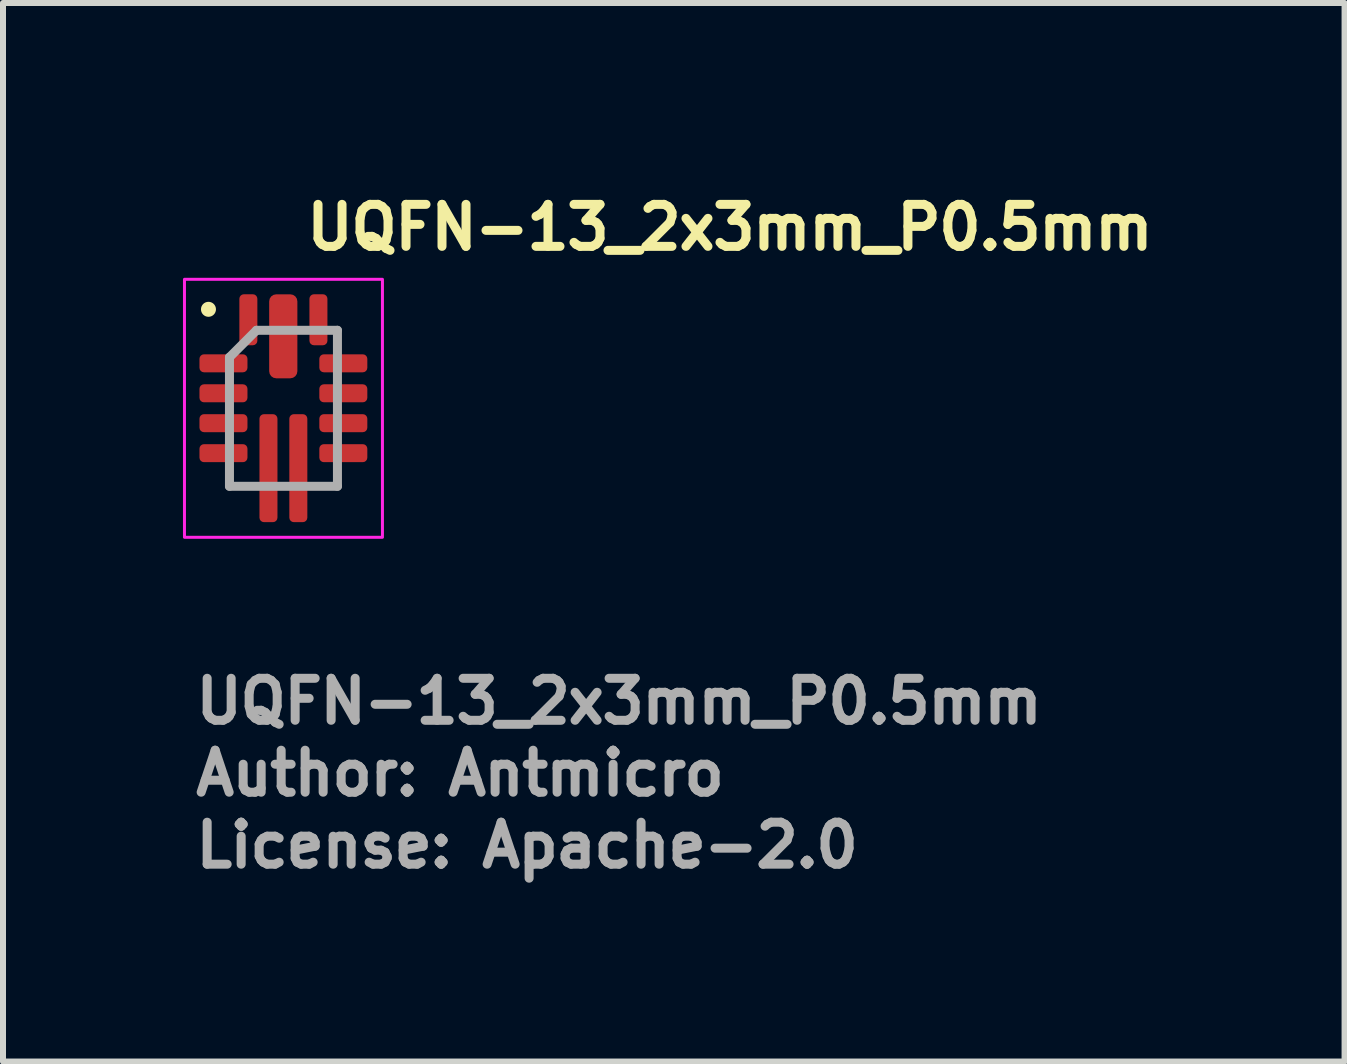
<source format=kicad_pcb>
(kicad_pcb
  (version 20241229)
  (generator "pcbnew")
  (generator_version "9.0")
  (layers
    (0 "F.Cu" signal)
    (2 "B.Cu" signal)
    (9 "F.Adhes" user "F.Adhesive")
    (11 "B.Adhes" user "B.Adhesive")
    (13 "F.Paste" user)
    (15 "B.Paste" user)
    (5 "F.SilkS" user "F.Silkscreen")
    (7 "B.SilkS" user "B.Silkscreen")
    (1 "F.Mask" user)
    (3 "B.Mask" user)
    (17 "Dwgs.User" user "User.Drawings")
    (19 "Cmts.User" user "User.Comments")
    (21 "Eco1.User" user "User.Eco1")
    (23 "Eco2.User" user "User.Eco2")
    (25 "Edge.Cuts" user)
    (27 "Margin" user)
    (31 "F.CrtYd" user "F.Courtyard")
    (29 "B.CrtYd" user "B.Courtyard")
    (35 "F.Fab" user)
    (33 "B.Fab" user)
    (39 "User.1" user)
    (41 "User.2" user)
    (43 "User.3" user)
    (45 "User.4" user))
  (footprint "UQFN-13_2x3mm_P0.5mm"
    (layer "F.Cu")
    (at 1.675 3.756)
    (property "Reference" "UQFN-13_2x3mm_P0.5mm" (at 0.311 -2.606 0) (layer "F.SilkS") (effects (font (size 0.7 0.7) (thickness 0.15)) (justify left bottom)))
    (attr smd)
    (fp_circle (center -1.25 -1.65) (end -1.2 -1.65) (stroke (width 0.15) (type solid)) (fill yes) (layer "F.SilkS"))
    (fp_rect (start -1.65 -2.15) (end 1.65 2.15) (stroke (width 0.05) (type solid)) (fill no) (layer "F.CrtYd"))
    (fp_line (start -0.9 -0.85) (end -0.45 -1.3) (stroke (width 0.15) (type solid)) (layer "F.Fab"))
    (fp_line (start -0.9 1.3) (end -0.9 -0.85) (stroke (width 0.15) (type solid)) (layer "F.Fab"))
    (fp_line (start -0.45 -1.3) (end 0.9 -1.3) (stroke (width 0.15) (type solid)) (layer "F.Fab"))
    (fp_line (start 0.9 -1.3) (end 0.9 1.3) (stroke (width 0.15) (type solid)) (layer "F.Fab"))
    (fp_line (start 0.9 1.3) (end -0.9 1.3) (stroke (width 0.15) (type solid)) (layer "F.Fab"))
    (fp_rect (start -0.902 -1.301) (end 0.9 1.3) (stroke (width 0.1) (type solid)) (fill no) (layer "User.5"))
    (fp_line (start -0.902 -1.301) (end -0.902 1.3) (stroke (width 0.02) (type solid)) (layer "User.9"))
    (fp_line (start -0.902 1.3) (end 0.9 1.3) (stroke (width 0.02) (type solid)) (layer "User.9"))
    (fp_line (start -0.776 -1.063) (end -0.776 -1.057) (stroke (width 0.02) (type solid)) (layer "User.9"))
    (fp_line (start -0.776 -1.063) (end -0.776 -1.057) (stroke (width 0.02) (type solid)) (layer "User.9"))
    (fp_line (start -0.776 -1.057) (end -0.776 -1.051) (stroke (width 0.02) (type solid)) (layer "User.9"))
    (fp_line (start -0.776 -1.057) (end -0.776 -1.051) (stroke (width 0.02) (type solid)) (layer "User.9"))
    (fp_line (start -0.776 -1.051) (end -0.776 -1.051) (stroke (width 0.02) (type solid)) (layer "User.9"))
    (fp_line (start -0.776 -1.051) (end -0.776 -1.051) (stroke (width 0.02) (type solid)) (layer "User.9"))
    (fp_line (start -0.776 -1.051) (end -0.776 -1.045) (stroke (width 0.02) (type solid)) (layer "User.9"))
    (fp_line (start -0.776 -1.051) (end -0.776 -1.045) (stroke (width 0.02) (type solid)) (layer "User.9"))
    (fp_line (start -0.776 -1.045) (end -0.776 -1.039) (stroke (width 0.02) (type solid)) (layer "User.9"))
    (fp_line (start -0.776 -1.045) (end -0.776 -1.039) (stroke (width 0.02) (type solid)) (layer "User.9"))
    (fp_line (start -0.776 -1.039) (end -0.775 -1.031) (stroke (width 0.02) (type solid)) (layer "User.9"))
    (fp_line (start -0.776 -1.039) (end -0.775 -1.031) (stroke (width 0.02) (type solid)) (layer "User.9"))
    (fp_line (start -0.775 -1.071) (end -0.776 -1.063) (stroke (width 0.02) (type solid)) (layer "User.9"))
    (fp_line (start -0.775 -1.071) (end -0.776 -1.063) (stroke (width 0.02) (type solid)) (layer "User.9"))
    (fp_line (start -0.775 -1.031) (end -0.774 -1.025) (stroke (width 0.02) (type solid)) (layer "User.9"))
    (fp_line (start -0.775 -1.031) (end -0.774 -1.025) (stroke (width 0.02) (type solid)) (layer "User.9"))
    (fp_line (start -0.774 -1.077) (end -0.775 -1.071) (stroke (width 0.02) (type solid)) (layer "User.9"))
    (fp_line (start -0.774 -1.077) (end -0.775 -1.071) (stroke (width 0.02) (type solid)) (layer "User.9"))
    (fp_line (start -0.774 -1.025) (end -0.772 -1.02) (stroke (width 0.02) (type solid)) (layer "User.9"))
    (fp_line (start -0.774 -1.025) (end -0.772 -1.02) (stroke (width 0.02) (type solid)) (layer "User.9"))
    (fp_line (start -0.772 -1.083) (end -0.774 -1.077) (stroke (width 0.02) (type solid)) (layer "User.9"))
    (fp_line (start -0.772 -1.083) (end -0.774 -1.077) (stroke (width 0.02) (type solid)) (layer "User.9"))
    (fp_line (start -0.772 -1.02) (end -0.771 -1.014) (stroke (width 0.02) (type solid)) (layer "User.9"))
    (fp_line (start -0.772 -1.02) (end -0.771 -1.014) (stroke (width 0.02) (type solid)) (layer "User.9"))
    (fp_line (start -0.771 -1.089) (end -0.772 -1.083) (stroke (width 0.02) (type solid)) (layer "User.9"))
    (fp_line (start -0.771 -1.089) (end -0.772 -1.083) (stroke (width 0.02) (type solid)) (layer "User.9"))
    (fp_line (start -0.771 -1.014) (end -0.768 -1.008) (stroke (width 0.02) (type solid)) (layer "User.9"))
    (fp_line (start -0.771 -1.014) (end -0.768 -1.008) (stroke (width 0.02) (type solid)) (layer "User.9"))
    (fp_line (start -0.768 -1.093) (end -0.771 -1.089) (stroke (width 0.02) (type solid)) (layer "User.9"))
    (fp_line (start -0.768 -1.093) (end -0.771 -1.089) (stroke (width 0.02) (type solid)) (layer "User.9"))
    (fp_line (start -0.768 -1.008) (end -0.766 -1.002) (stroke (width 0.02) (type solid)) (layer "User.9"))
    (fp_line (start -0.768 -1.008) (end -0.766 -1.002) (stroke (width 0.02) (type solid)) (layer "User.9"))
    (fp_line (start -0.766 -1.099) (end -0.768 -1.093) (stroke (width 0.02) (type solid)) (layer "User.9"))
    (fp_line (start -0.766 -1.099) (end -0.768 -1.093) (stroke (width 0.02) (type solid)) (layer "User.9"))
    (fp_line (start -0.766 -1.002) (end -0.763 -0.996) (stroke (width 0.02) (type solid)) (layer "User.9"))
    (fp_line (start -0.766 -1.002) (end -0.763 -0.996) (stroke (width 0.02) (type solid)) (layer "User.9"))
    (fp_line (start -0.763 -1.105) (end -0.766 -1.099) (stroke (width 0.02) (type solid)) (layer "User.9"))
    (fp_line (start -0.763 -1.105) (end -0.766 -1.099) (stroke (width 0.02) (type solid)) (layer "User.9"))
    (fp_line (start -0.763 -0.996) (end -0.76 -0.991) (stroke (width 0.02) (type solid)) (layer "User.9"))
    (fp_line (start -0.763 -0.996) (end -0.76 -0.991) (stroke (width 0.02) (type solid)) (layer "User.9"))
    (fp_line (start -0.76 -1.111) (end -0.763 -1.105) (stroke (width 0.02) (type solid)) (layer "User.9"))
    (fp_line (start -0.76 -1.111) (end -0.763 -1.105) (stroke (width 0.02) (type solid)) (layer "User.9"))
    (fp_line (start -0.76 -0.991) (end -0.757 -0.986) (stroke (width 0.02) (type solid)) (layer "User.9"))
    (fp_line (start -0.76 -0.991) (end -0.757 -0.986) (stroke (width 0.02) (type solid)) (layer "User.9"))
    (fp_line (start -0.757 -1.115) (end -0.76 -1.111) (stroke (width 0.02) (type solid)) (layer "User.9"))
    (fp_line (start -0.757 -1.115) (end -0.76 -1.111) (stroke (width 0.02) (type solid)) (layer "User.9"))
    (fp_line (start -0.757 -0.986) (end -0.754 -0.981) (stroke (width 0.02) (type solid)) (layer "User.9"))
    (fp_line (start -0.757 -0.986) (end -0.754 -0.981) (stroke (width 0.02) (type solid)) (layer "User.9"))
    (fp_line (start -0.754 -1.121) (end -0.757 -1.115) (stroke (width 0.02) (type solid)) (layer "User.9"))
    (fp_line (start -0.754 -1.121) (end -0.757 -1.115) (stroke (width 0.02) (type solid)) (layer "User.9"))
    (fp_line (start -0.754 -0.981) (end -0.751 -0.976) (stroke (width 0.02) (type solid)) (layer "User.9"))
    (fp_line (start -0.754 -0.981) (end -0.751 -0.976) (stroke (width 0.02) (type solid)) (layer "User.9"))
    (fp_line (start -0.751 -1.125) (end -0.754 -1.121) (stroke (width 0.02) (type solid)) (layer "User.9"))
    (fp_line (start -0.751 -1.125) (end -0.754 -1.121) (stroke (width 0.02) (type solid)) (layer "User.9"))
    (fp_line (start -0.751 -0.976) (end -0.747 -0.971) (stroke (width 0.02) (type solid)) (layer "User.9"))
    (fp_line (start -0.751 -0.976) (end -0.747 -0.971) (stroke (width 0.02) (type solid)) (layer "User.9"))
    (fp_line (start -0.747 -1.131) (end -0.751 -1.125) (stroke (width 0.02) (type solid)) (layer "User.9"))
    (fp_line (start -0.747 -1.131) (end -0.751 -1.125) (stroke (width 0.02) (type solid)) (layer "User.9"))
    (fp_line (start -0.747 -0.971) (end -0.743 -0.966) (stroke (width 0.02) (type solid)) (layer "User.9"))
    (fp_line (start -0.747 -0.971) (end -0.743 -0.966) (stroke (width 0.02) (type solid)) (layer "User.9"))
    (fp_line (start -0.743 -1.135) (end -0.747 -1.131) (stroke (width 0.02) (type solid)) (layer "User.9"))
    (fp_line (start -0.743 -1.135) (end -0.747 -1.131) (stroke (width 0.02) (type solid)) (layer "User.9"))
    (fp_line (start -0.743 -0.966) (end -0.739 -0.962) (stroke (width 0.02) (type solid)) (layer "User.9"))
    (fp_line (start -0.743 -0.966) (end -0.739 -0.962) (stroke (width 0.02) (type solid)) (layer "User.9"))
    (fp_line (start -0.739 -1.139) (end -0.743 -1.135) (stroke (width 0.02) (type solid)) (layer "User.9"))
    (fp_line (start -0.739 -1.139) (end -0.743 -1.135) (stroke (width 0.02) (type solid)) (layer "User.9"))
    (fp_line (start -0.739 -0.962) (end -0.734 -0.959) (stroke (width 0.02) (type solid)) (layer "User.9"))
    (fp_line (start -0.739 -0.962) (end -0.734 -0.959) (stroke (width 0.02) (type solid)) (layer "User.9"))
    (fp_line (start -0.734 -1.143) (end -0.739 -1.139) (stroke (width 0.02) (type solid)) (layer "User.9"))
    (fp_line (start -0.734 -1.143) (end -0.739 -1.139) (stroke (width 0.02) (type solid)) (layer "User.9"))
    (fp_line (start -0.734 -0.959) (end -0.73 -0.955) (stroke (width 0.02) (type solid)) (layer "User.9"))
    (fp_line (start -0.734 -0.959) (end -0.73 -0.955) (stroke (width 0.02) (type solid)) (layer "User.9"))
    (fp_line (start -0.73 -1.147) (end -0.734 -1.143) (stroke (width 0.02) (type solid)) (layer "User.9"))
    (fp_line (start -0.73 -1.147) (end -0.734 -1.143) (stroke (width 0.02) (type solid)) (layer "User.9"))
    (fp_line (start -0.73 -0.955) (end -0.725 -0.951) (stroke (width 0.02) (type solid)) (layer "User.9"))
    (fp_line (start -0.73 -0.955) (end -0.725 -0.951) (stroke (width 0.02) (type solid)) (layer "User.9"))
    (fp_line (start -0.725 -1.151) (end -0.73 -1.147) (stroke (width 0.02) (type solid)) (layer "User.9"))
    (fp_line (start -0.725 -1.151) (end -0.73 -1.147) (stroke (width 0.02) (type solid)) (layer "User.9"))
    (fp_line (start -0.725 -0.951) (end -0.72 -0.948) (stroke (width 0.02) (type solid)) (layer "User.9"))
    (fp_line (start -0.725 -0.951) (end -0.72 -0.948) (stroke (width 0.02) (type solid)) (layer "User.9"))
    (fp_line (start -0.72 -1.154) (end -0.725 -1.151) (stroke (width 0.02) (type solid)) (layer "User.9"))
    (fp_line (start -0.72 -1.154) (end -0.725 -1.151) (stroke (width 0.02) (type solid)) (layer "User.9"))
    (fp_line (start -0.72 -0.948) (end -0.715 -0.945) (stroke (width 0.02) (type solid)) (layer "User.9"))
    (fp_line (start -0.72 -0.948) (end -0.715 -0.945) (stroke (width 0.02) (type solid)) (layer "User.9"))
    (fp_line (start -0.715 -1.158) (end -0.72 -1.154) (stroke (width 0.02) (type solid)) (layer "User.9"))
    (fp_line (start -0.715 -1.158) (end -0.72 -1.154) (stroke (width 0.02) (type solid)) (layer "User.9"))
    (fp_line (start -0.715 -0.945) (end -0.71 -0.942) (stroke (width 0.02) (type solid)) (layer "User.9"))
    (fp_line (start -0.715 -0.945) (end -0.71 -0.942) (stroke (width 0.02) (type solid)) (layer "User.9"))
    (fp_line (start -0.71 -1.16) (end -0.715 -1.158) (stroke (width 0.02) (type solid)) (layer "User.9"))
    (fp_line (start -0.71 -1.16) (end -0.715 -1.158) (stroke (width 0.02) (type solid)) (layer "User.9"))
    (fp_line (start -0.71 -0.942) (end -0.705 -0.939) (stroke (width 0.02) (type solid)) (layer "User.9"))
    (fp_line (start -0.71 -0.942) (end -0.705 -0.939) (stroke (width 0.02) (type solid)) (layer "User.9"))
    (fp_line (start -0.705 -1.164) (end -0.71 -1.16) (stroke (width 0.02) (type solid)) (layer "User.9"))
    (fp_line (start -0.705 -1.164) (end -0.71 -1.16) (stroke (width 0.02) (type solid)) (layer "User.9"))
    (fp_line (start -0.705 -0.939) (end -0.7 -0.936) (stroke (width 0.02) (type solid)) (layer "User.9"))
    (fp_line (start -0.705 -0.939) (end -0.7 -0.936) (stroke (width 0.02) (type solid)) (layer "User.9"))
    (fp_line (start -0.7 -1.166) (end -0.705 -1.164) (stroke (width 0.02) (type solid)) (layer "User.9"))
    (fp_line (start -0.7 -1.166) (end -0.705 -1.164) (stroke (width 0.02) (type solid)) (layer "User.9"))
    (fp_line (start -0.7 -0.936) (end -0.694 -0.934) (stroke (width 0.02) (type solid)) (layer "User.9"))
    (fp_line (start -0.7 -0.936) (end -0.694 -0.934) (stroke (width 0.02) (type solid)) (layer "User.9"))
    (fp_line (start -0.694 -1.168) (end -0.7 -1.166) (stroke (width 0.02) (type solid)) (layer "User.9"))
    (fp_line (start -0.694 -1.168) (end -0.7 -1.166) (stroke (width 0.02) (type solid)) (layer "User.9"))
    (fp_line (start -0.694 -0.934) (end -0.689 -0.932) (stroke (width 0.02) (type solid)) (layer "User.9"))
    (fp_line (start -0.694 -0.934) (end -0.689 -0.932) (stroke (width 0.02) (type solid)) (layer "User.9"))
    (fp_line (start -0.689 -1.17) (end -0.694 -1.168) (stroke (width 0.02) (type solid)) (layer "User.9"))
    (fp_line (start -0.689 -1.17) (end -0.694 -1.168) (stroke (width 0.02) (type solid)) (layer "User.9"))
    (fp_line (start -0.689 -0.932) (end -0.683 -0.93) (stroke (width 0.02) (type solid)) (layer "User.9"))
    (fp_line (start -0.689 -0.932) (end -0.683 -0.93) (stroke (width 0.02) (type solid)) (layer "User.9"))
    (fp_line (start -0.683 -1.172) (end -0.689 -1.17) (stroke (width 0.02) (type solid)) (layer "User.9"))
    (fp_line (start -0.683 -1.172) (end -0.689 -1.17) (stroke (width 0.02) (type solid)) (layer "User.9"))
    (fp_line (start -0.683 -0.93) (end -0.677 -0.929) (stroke (width 0.02) (type solid)) (layer "User.9"))
    (fp_line (start -0.683 -0.93) (end -0.677 -0.929) (stroke (width 0.02) (type solid)) (layer "User.9"))
    (fp_line (start -0.677 -1.174) (end -0.683 -1.172) (stroke (width 0.02) (type solid)) (layer "User.9"))
    (fp_line (start -0.677 -1.174) (end -0.683 -1.172) (stroke (width 0.02) (type solid)) (layer "User.9"))
    (fp_line (start -0.677 -0.929) (end -0.671 -0.928) (stroke (width 0.02) (type solid)) (layer "User.9"))
    (fp_line (start -0.677 -0.929) (end -0.671 -0.928) (stroke (width 0.02) (type solid)) (layer "User.9"))
    (fp_line (start -0.671 -1.174) (end -0.677 -1.174) (stroke (width 0.02) (type solid)) (layer "User.9"))
    (fp_line (start -0.671 -1.174) (end -0.677 -1.174) (stroke (width 0.02) (type solid)) (layer "User.9"))
    (fp_line (start -0.671 -0.928) (end -0.664 -0.927) (stroke (width 0.02) (type solid)) (layer "User.9"))
    (fp_line (start -0.671 -0.928) (end -0.664 -0.927) (stroke (width 0.02) (type solid)) (layer "User.9"))
    (fp_line (start -0.664 -1.176) (end -0.671 -1.174) (stroke (width 0.02) (type solid)) (layer "User.9"))
    (fp_line (start -0.664 -1.176) (end -0.671 -1.174) (stroke (width 0.02) (type solid)) (layer "User.9"))
    (fp_line (start -0.664 -0.927) (end -0.658 -0.927) (stroke (width 0.02) (type solid)) (layer "User.9"))
    (fp_line (start -0.664 -0.927) (end -0.658 -0.927) (stroke (width 0.02) (type solid)) (layer "User.9"))
    (fp_line (start -0.658 -1.176) (end -0.664 -1.176) (stroke (width 0.02) (type solid)) (layer "User.9"))
    (fp_line (start -0.658 -1.176) (end -0.664 -1.176) (stroke (width 0.02) (type solid)) (layer "User.9"))
    (fp_line (start -0.658 -0.927) (end -0.652 -0.927) (stroke (width 0.02) (type solid)) (layer "User.9"))
    (fp_line (start -0.658 -0.927) (end -0.652 -0.927) (stroke (width 0.02) (type solid)) (layer "User.9"))
    (fp_line (start -0.652 -1.176) (end -0.658 -1.176) (stroke (width 0.02) (type solid)) (layer "User.9"))
    (fp_line (start -0.652 -1.176) (end -0.658 -1.176) (stroke (width 0.02) (type solid)) (layer "User.9"))
    (fp_line (start -0.652 -0.927) (end -0.645 -0.927) (stroke (width 0.02) (type solid)) (layer "User.9"))
    (fp_line (start -0.652 -0.927) (end -0.645 -0.927) (stroke (width 0.02) (type solid)) (layer "User.9"))
    (fp_line (start -0.645 -1.176) (end -0.652 -1.176) (stroke (width 0.02) (type solid)) (layer "User.9"))
    (fp_line (start -0.645 -1.176) (end -0.652 -1.176) (stroke (width 0.02) (type solid)) (layer "User.9"))
    (fp_line (start -0.645 -0.927) (end -0.638 -0.927) (stroke (width 0.02) (type solid)) (layer "User.9"))
    (fp_line (start -0.645 -0.927) (end -0.638 -0.927) (stroke (width 0.02) (type solid)) (layer "User.9"))
    (fp_line (start -0.638 -1.176) (end -0.645 -1.176) (stroke (width 0.02) (type solid)) (layer "User.9"))
    (fp_line (start -0.638 -1.176) (end -0.645 -1.176) (stroke (width 0.02) (type solid)) (layer "User.9"))
    (fp_line (start -0.638 -0.927) (end -0.631 -0.928) (stroke (width 0.02) (type solid)) (layer "User.9"))
    (fp_line (start -0.638 -0.927) (end -0.631 -0.928) (stroke (width 0.02) (type solid)) (layer "User.9"))
    (fp_line (start -0.631 -1.174) (end -0.638 -1.176) (stroke (width 0.02) (type solid)) (layer "User.9"))
    (fp_line (start -0.631 -1.174) (end -0.638 -1.176) (stroke (width 0.02) (type solid)) (layer "User.9"))
    (fp_line (start -0.631 -0.928) (end -0.625 -0.929) (stroke (width 0.02) (type solid)) (layer "User.9"))
    (fp_line (start -0.631 -0.928) (end -0.625 -0.929) (stroke (width 0.02) (type solid)) (layer "User.9"))
    (fp_line (start -0.625 -1.174) (end -0.631 -1.174) (stroke (width 0.02) (type solid)) (layer "User.9"))
    (fp_line (start -0.625 -1.174) (end -0.631 -1.174) (stroke (width 0.02) (type solid)) (layer "User.9"))
    (fp_line (start -0.625 -0.929) (end -0.619 -0.93) (stroke (width 0.02) (type solid)) (layer "User.9"))
    (fp_line (start -0.625 -0.929) (end -0.619 -0.93) (stroke (width 0.02) (type solid)) (layer "User.9"))
    (fp_line (start -0.619 -1.172) (end -0.625 -1.174) (stroke (width 0.02) (type solid)) (layer "User.9"))
    (fp_line (start -0.619 -1.172) (end -0.625 -1.174) (stroke (width 0.02) (type solid)) (layer "User.9"))
    (fp_line (start -0.619 -0.93) (end -0.613 -0.932) (stroke (width 0.02) (type solid)) (layer "User.9"))
    (fp_line (start -0.619 -0.93) (end -0.613 -0.932) (stroke (width 0.02) (type solid)) (layer "User.9"))
    (fp_line (start -0.613 -1.17) (end -0.619 -1.172) (stroke (width 0.02) (type solid)) (layer "User.9"))
    (fp_line (start -0.613 -1.17) (end -0.619 -1.172) (stroke (width 0.02) (type solid)) (layer "User.9"))
    (fp_line (start -0.613 -0.932) (end -0.608 -0.934) (stroke (width 0.02) (type solid)) (layer "User.9"))
    (fp_line (start -0.613 -0.932) (end -0.608 -0.934) (stroke (width 0.02) (type solid)) (layer "User.9"))
    (fp_line (start -0.608 -1.168) (end -0.613 -1.17) (stroke (width 0.02) (type solid)) (layer "User.9"))
    (fp_line (start -0.608 -1.168) (end -0.613 -1.17) (stroke (width 0.02) (type solid)) (layer "User.9"))
    (fp_line (start -0.608 -0.934) (end -0.602 -0.936) (stroke (width 0.02) (type solid)) (layer "User.9"))
    (fp_line (start -0.608 -0.934) (end -0.602 -0.936) (stroke (width 0.02) (type solid)) (layer "User.9"))
    (fp_line (start -0.602 -1.166) (end -0.608 -1.168) (stroke (width 0.02) (type solid)) (layer "User.9"))
    (fp_line (start -0.602 -1.166) (end -0.608 -1.168) (stroke (width 0.02) (type solid)) (layer "User.9"))
    (fp_line (start -0.602 -0.936) (end -0.596 -0.939) (stroke (width 0.02) (type solid)) (layer "User.9"))
    (fp_line (start -0.602 -0.936) (end -0.596 -0.939) (stroke (width 0.02) (type solid)) (layer "User.9"))
    (fp_line (start -0.596 -1.164) (end -0.602 -1.166) (stroke (width 0.02) (type solid)) (layer "User.9"))
    (fp_line (start -0.596 -1.164) (end -0.602 -1.166) (stroke (width 0.02) (type solid)) (layer "User.9"))
    (fp_line (start -0.596 -0.939) (end -0.591 -0.942) (stroke (width 0.02) (type solid)) (layer "User.9"))
    (fp_line (start -0.596 -0.939) (end -0.591 -0.942) (stroke (width 0.02) (type solid)) (layer "User.9"))
    (fp_line (start -0.591 -1.16) (end -0.596 -1.164) (stroke (width 0.02) (type solid)) (layer "User.9"))
    (fp_line (start -0.591 -1.16) (end -0.596 -1.164) (stroke (width 0.02) (type solid)) (layer "User.9"))
    (fp_line (start -0.591 -0.942) (end -0.586 -0.945) (stroke (width 0.02) (type solid)) (layer "User.9"))
    (fp_line (start -0.591 -0.942) (end -0.586 -0.945) (stroke (width 0.02) (type solid)) (layer "User.9"))
    (fp_line (start -0.586 -1.158) (end -0.591 -1.16) (stroke (width 0.02) (type solid)) (layer "User.9"))
    (fp_line (start -0.586 -1.158) (end -0.591 -1.16) (stroke (width 0.02) (type solid)) (layer "User.9"))
    (fp_line (start -0.586 -0.945) (end -0.581 -0.948) (stroke (width 0.02) (type solid)) (layer "User.9"))
    (fp_line (start -0.586 -0.945) (end -0.581 -0.948) (stroke (width 0.02) (type solid)) (layer "User.9"))
    (fp_line (start -0.581 -1.154) (end -0.586 -1.158) (stroke (width 0.02) (type solid)) (layer "User.9"))
    (fp_line (start -0.581 -1.154) (end -0.586 -1.158) (stroke (width 0.02) (type solid)) (layer "User.9"))
    (fp_line (start -0.581 -0.948) (end -0.577 -0.951) (stroke (width 0.02) (type solid)) (layer "User.9"))
    (fp_line (start -0.581 -0.948) (end -0.577 -0.951) (stroke (width 0.02) (type solid)) (layer "User.9"))
    (fp_line (start -0.577 -1.151) (end -0.581 -1.154) (stroke (width 0.02) (type solid)) (layer "User.9"))
    (fp_line (start -0.577 -1.151) (end -0.581 -1.154) (stroke (width 0.02) (type solid)) (layer "User.9"))
    (fp_line (start -0.577 -0.951) (end -0.572 -0.955) (stroke (width 0.02) (type solid)) (layer "User.9"))
    (fp_line (start -0.577 -0.951) (end -0.572 -0.955) (stroke (width 0.02) (type solid)) (layer "User.9"))
    (fp_line (start -0.572 -1.147) (end -0.577 -1.151) (stroke (width 0.02) (type solid)) (layer "User.9"))
    (fp_line (start -0.572 -1.147) (end -0.577 -1.151) (stroke (width 0.02) (type solid)) (layer "User.9"))
    (fp_line (start -0.572 -0.955) (end -0.568 -0.959) (stroke (width 0.02) (type solid)) (layer "User.9"))
    (fp_line (start -0.572 -0.955) (end -0.568 -0.959) (stroke (width 0.02) (type solid)) (layer "User.9"))
    (fp_line (start -0.568 -1.143) (end -0.572 -1.147) (stroke (width 0.02) (type solid)) (layer "User.9"))
    (fp_line (start -0.568 -1.143) (end -0.572 -1.147) (stroke (width 0.02) (type solid)) (layer "User.9"))
    (fp_line (start -0.568 -0.959) (end -0.563 -0.962) (stroke (width 0.02) (type solid)) (layer "User.9"))
    (fp_line (start -0.568 -0.959) (end -0.563 -0.962) (stroke (width 0.02) (type solid)) (layer "User.9"))
    (fp_line (start -0.563 -1.139) (end -0.568 -1.143) (stroke (width 0.02) (type solid)) (layer "User.9"))
    (fp_line (start -0.563 -1.139) (end -0.568 -1.143) (stroke (width 0.02) (type solid)) (layer "User.9"))
    (fp_line (start -0.563 -0.962) (end -0.559 -0.966) (stroke (width 0.02) (type solid)) (layer "User.9"))
    (fp_line (start -0.563 -0.962) (end -0.559 -0.966) (stroke (width 0.02) (type solid)) (layer "User.9"))
    (fp_line (start -0.559 -1.135) (end -0.563 -1.139) (stroke (width 0.02) (type solid)) (layer "User.9"))
    (fp_line (start -0.559 -1.135) (end -0.563 -1.139) (stroke (width 0.02) (type solid)) (layer "User.9"))
    (fp_line (start -0.559 -0.966) (end -0.555 -0.971) (stroke (width 0.02) (type solid)) (layer "User.9"))
    (fp_line (start -0.559 -0.966) (end -0.555 -0.971) (stroke (width 0.02) (type solid)) (layer "User.9"))
    (fp_line (start -0.555 -1.131) (end -0.559 -1.135) (stroke (width 0.02) (type solid)) (layer "User.9"))
    (fp_line (start -0.555 -1.131) (end -0.559 -1.135) (stroke (width 0.02) (type solid)) (layer "User.9"))
    (fp_line (start -0.555 -0.971) (end -0.551 -0.976) (stroke (width 0.02) (type solid)) (layer "User.9"))
    (fp_line (start -0.555 -0.971) (end -0.551 -0.976) (stroke (width 0.02) (type solid)) (layer "User.9"))
    (fp_line (start -0.551 -1.125) (end -0.555 -1.131) (stroke (width 0.02) (type solid)) (layer "User.9"))
    (fp_line (start -0.551 -1.125) (end -0.555 -1.131) (stroke (width 0.02) (type solid)) (layer "User.9"))
    (fp_line (start -0.551 -0.976) (end -0.548 -0.981) (stroke (width 0.02) (type solid)) (layer "User.9"))
    (fp_line (start -0.551 -0.976) (end -0.548 -0.981) (stroke (width 0.02) (type solid)) (layer "User.9"))
    (fp_line (start -0.548 -1.121) (end -0.551 -1.125) (stroke (width 0.02) (type solid)) (layer "User.9"))
    (fp_line (start -0.548 -1.121) (end -0.551 -1.125) (stroke (width 0.02) (type solid)) (layer "User.9"))
    (fp_line (start -0.548 -0.981) (end -0.545 -0.986) (stroke (width 0.02) (type solid)) (layer "User.9"))
    (fp_line (start -0.548 -0.981) (end -0.545 -0.986) (stroke (width 0.02) (type solid)) (layer "User.9"))
    (fp_line (start -0.545 -1.115) (end -0.548 -1.121) (stroke (width 0.02) (type solid)) (layer "User.9"))
    (fp_line (start -0.545 -1.115) (end -0.548 -1.121) (stroke (width 0.02) (type solid)) (layer "User.9"))
    (fp_line (start -0.545 -0.986) (end -0.542 -0.991) (stroke (width 0.02) (type solid)) (layer "User.9"))
    (fp_line (start -0.545 -0.986) (end -0.542 -0.991) (stroke (width 0.02) (type solid)) (layer "User.9"))
    (fp_line (start -0.542 -1.111) (end -0.545 -1.115) (stroke (width 0.02) (type solid)) (layer "User.9"))
    (fp_line (start -0.542 -1.111) (end -0.545 -1.115) (stroke (width 0.02) (type solid)) (layer "User.9"))
    (fp_line (start -0.542 -0.991) (end -0.539 -0.996) (stroke (width 0.02) (type solid)) (layer "User.9"))
    (fp_line (start -0.542 -0.991) (end -0.539 -0.996) (stroke (width 0.02) (type solid)) (layer "User.9"))
    (fp_line (start -0.539 -1.105) (end -0.542 -1.111) (stroke (width 0.02) (type solid)) (layer "User.9"))
    (fp_line (start -0.539 -1.105) (end -0.542 -1.111) (stroke (width 0.02) (type solid)) (layer "User.9"))
    (fp_line (start -0.539 -0.996) (end -0.536 -1.002) (stroke (width 0.02) (type solid)) (layer "User.9"))
    (fp_line (start -0.539 -0.996) (end -0.536 -1.002) (stroke (width 0.02) (type solid)) (layer "User.9"))
    (fp_line (start -0.536 -1.099) (end -0.539 -1.105) (stroke (width 0.02) (type solid)) (layer "User.9"))
    (fp_line (start -0.536 -1.099) (end -0.539 -1.105) (stroke (width 0.02) (type solid)) (layer "User.9"))
    (fp_line (start -0.536 -1.002) (end -0.534 -1.008) (stroke (width 0.02) (type solid)) (layer "User.9"))
    (fp_line (start -0.536 -1.002) (end -0.534 -1.008) (stroke (width 0.02) (type solid)) (layer "User.9"))
    (fp_line (start -0.534 -1.093) (end -0.536 -1.099) (stroke (width 0.02) (type solid)) (layer "User.9"))
    (fp_line (start -0.534 -1.093) (end -0.536 -1.099) (stroke (width 0.02) (type solid)) (layer "User.9"))
    (fp_line (start -0.534 -1.008) (end -0.532 -1.014) (stroke (width 0.02) (type solid)) (layer "User.9"))
    (fp_line (start -0.534 -1.008) (end -0.532 -1.014) (stroke (width 0.02) (type solid)) (layer "User.9"))
    (fp_line (start -0.532 -1.089) (end -0.534 -1.093) (stroke (width 0.02) (type solid)) (layer "User.9"))
    (fp_line (start -0.532 -1.089) (end -0.534 -1.093) (stroke (width 0.02) (type solid)) (layer "User.9"))
    (fp_line (start -0.532 -1.014) (end -0.531 -1.02) (stroke (width 0.02) (type solid)) (layer "User.9"))
    (fp_line (start -0.532 -1.014) (end -0.531 -1.02) (stroke (width 0.02) (type solid)) (layer "User.9"))
    (fp_line (start -0.531 -1.083) (end -0.532 -1.089) (stroke (width 0.02) (type solid)) (layer "User.9"))
    (fp_line (start -0.531 -1.083) (end -0.532 -1.089) (stroke (width 0.02) (type solid)) (layer "User.9"))
    (fp_line (start -0.531 -1.02) (end -0.529 -1.025) (stroke (width 0.02) (type solid)) (layer "User.9"))
    (fp_line (start -0.531 -1.02) (end -0.529 -1.025) (stroke (width 0.02) (type solid)) (layer "User.9"))
    (fp_line (start -0.529 -1.077) (end -0.531 -1.083) (stroke (width 0.02) (type solid)) (layer "User.9"))
    (fp_line (start -0.529 -1.077) (end -0.531 -1.083) (stroke (width 0.02) (type solid)) (layer "User.9"))
    (fp_line (start -0.529 -1.025) (end -0.528 -1.031) (stroke (width 0.02) (type solid)) (layer "User.9"))
    (fp_line (start -0.529 -1.025) (end -0.528 -1.031) (stroke (width 0.02) (type solid)) (layer "User.9"))
    (fp_line (start -0.528 -1.071) (end -0.529 -1.077) (stroke (width 0.02) (type solid)) (layer "User.9"))
    (fp_line (start -0.528 -1.071) (end -0.529 -1.077) (stroke (width 0.02) (type solid)) (layer "User.9"))
    (fp_line (start -0.528 -1.031) (end -0.527 -1.039) (stroke (width 0.02) (type solid)) (layer "User.9"))
    (fp_line (start -0.528 -1.031) (end -0.527 -1.039) (stroke (width 0.02) (type solid)) (layer "User.9"))
    (fp_line (start -0.527 -1.063) (end -0.528 -1.071) (stroke (width 0.02) (type solid)) (layer "User.9"))
    (fp_line (start -0.527 -1.063) (end -0.528 -1.071) (stroke (width 0.02) (type solid)) (layer "User.9"))
    (fp_line (start -0.527 -1.057) (end -0.527 -1.063) (stroke (width 0.02) (type solid)) (layer "User.9"))
    (fp_line (start -0.527 -1.057) (end -0.527 -1.063) (stroke (width 0.02) (type solid)) (layer "User.9"))
    (fp_line (start -0.527 -1.051) (end -0.527 -1.057) (stroke (width 0.02) (type solid)) (layer "User.9"))
    (fp_line (start -0.527 -1.051) (end -0.527 -1.057) (stroke (width 0.02) (type solid)) (layer "User.9"))
    (fp_line (start -0.527 -1.051) (end -0.527 -1.051) (stroke (width 0.02) (type solid)) (layer "User.9"))
    (fp_line (start -0.527 -1.051) (end -0.527 -1.051) (stroke (width 0.02) (type solid)) (layer "User.9"))
    (fp_line (start -0.527 -1.045) (end -0.527 -1.051) (stroke (width 0.02) (type solid)) (layer "User.9"))
    (fp_line (start -0.527 -1.045) (end -0.527 -1.051) (stroke (width 0.02) (type solid)) (layer "User.9"))
    (fp_line (start -0.527 -1.039) (end -0.527 -1.045) (stroke (width 0.02) (type solid)) (layer "User.9"))
    (fp_line (start -0.527 -1.039) (end -0.527 -1.045) (stroke (width 0.02) (type solid)) (layer "User.9"))
    (fp_line (start 0.9 -1.301) (end -0.902 -1.301) (stroke (width 0.02) (type solid)) (layer "User.9"))
    (fp_line (start 0.9 1.3) (end 0.9 -1.301) (stroke (width 0.02) (type solid)) (layer "User.9"))
    (fp_text user "${REFERENCE}" (at -1.537 5.294 0) (layer "F.Fab") (effects (font (size 0.7 0.7) (thickness 0.15)) (justify left bottom)))
    (fp_text user "License: Apache-2.0" (at -1.537 7.693 0) (layer "F.Fab") (effects (font (size 0.7 0.7) (thickness 0.15)) (justify left bottom)))
    (fp_text user "Author: Antmicro" (at -1.537 6.493 0) (layer "F.Fab") (effects (font (size 0.7 0.7) (thickness 0.15)) (justify left bottom)))
    (pad "1" smd roundrect (at -1 -0.75 180) (size 0.8 0.3) (layers "F.Cu" "F.Mask" "F.Paste") (roundrect_rratio 0.25))
    (pad "2" smd roundrect (at -1 -0.25 180) (size 0.8 0.3) (layers "F.Cu" "F.Mask" "F.Paste") (roundrect_rratio 0.25))
    (pad "3" smd roundrect (at -1 0.248 180) (size 0.8 0.3) (layers "F.Cu" "F.Mask" "F.Paste") (roundrect_rratio 0.25))
    (pad "4" smd roundrect (at -1 0.748 180) (size 0.8 0.3) (layers "F.Cu" "F.Mask" "F.Paste") (roundrect_rratio 0.25))
    (pad "5" smd roundrect (at -0.25 0.998 90) (size 1.8 0.3) (layers "F.Cu" "F.Mask" "F.Paste") (roundrect_rratio 0.25))
    (pad "6" smd roundrect (at 0.248 0.998 90) (size 1.8 0.3) (layers "F.Cu" "F.Mask" "F.Paste") (roundrect_rratio 0.25))
    (pad "7" smd roundrect (at 0.998 0.748 180) (size 0.8 0.3) (layers "F.Cu" "F.Mask" "F.Paste") (roundrect_rratio 0.25))
    (pad "8" smd roundrect (at 0.998 0.248 180) (size 0.8 0.3) (layers "F.Cu" "F.Mask" "F.Paste") (roundrect_rratio 0.25))
    (pad "9" smd roundrect (at 0.998 -0.25 180) (size 0.8 0.3) (layers "F.Cu" "F.Mask" "F.Paste") (roundrect_rratio 0.25))
    (pad "10" smd roundrect (at 0.998 -0.75 180) (size 0.8 0.3) (layers "F.Cu" "F.Mask" "F.Paste") (roundrect_rratio 0.25))
    (pad "11" smd roundrect (at 0.583 -1.476 90) (size 0.85 0.3) (layers "F.Cu" "F.Mask" "F.Paste") (roundrect_rratio 0.25))
    (pad "12" smd roundrect (at -0.003 -1.2 270) (size 1.4 0.47) (layers "F.Cu" "F.Mask" "F.Paste") (roundrect_rratio 0.25))
    (pad "13" smd roundrect (at -0.585 -1.476 90) (size 0.85 0.3) (layers "F.Cu" "F.Mask" "F.Paste") (roundrect_rratio 0.25)))
  (gr_rect
    (start -3 -3)
    (end 19.363 14.645)
    (stroke (width 0.1) (type default))
    (fill no)
    (layer "Edge.Cuts")))
</source>
